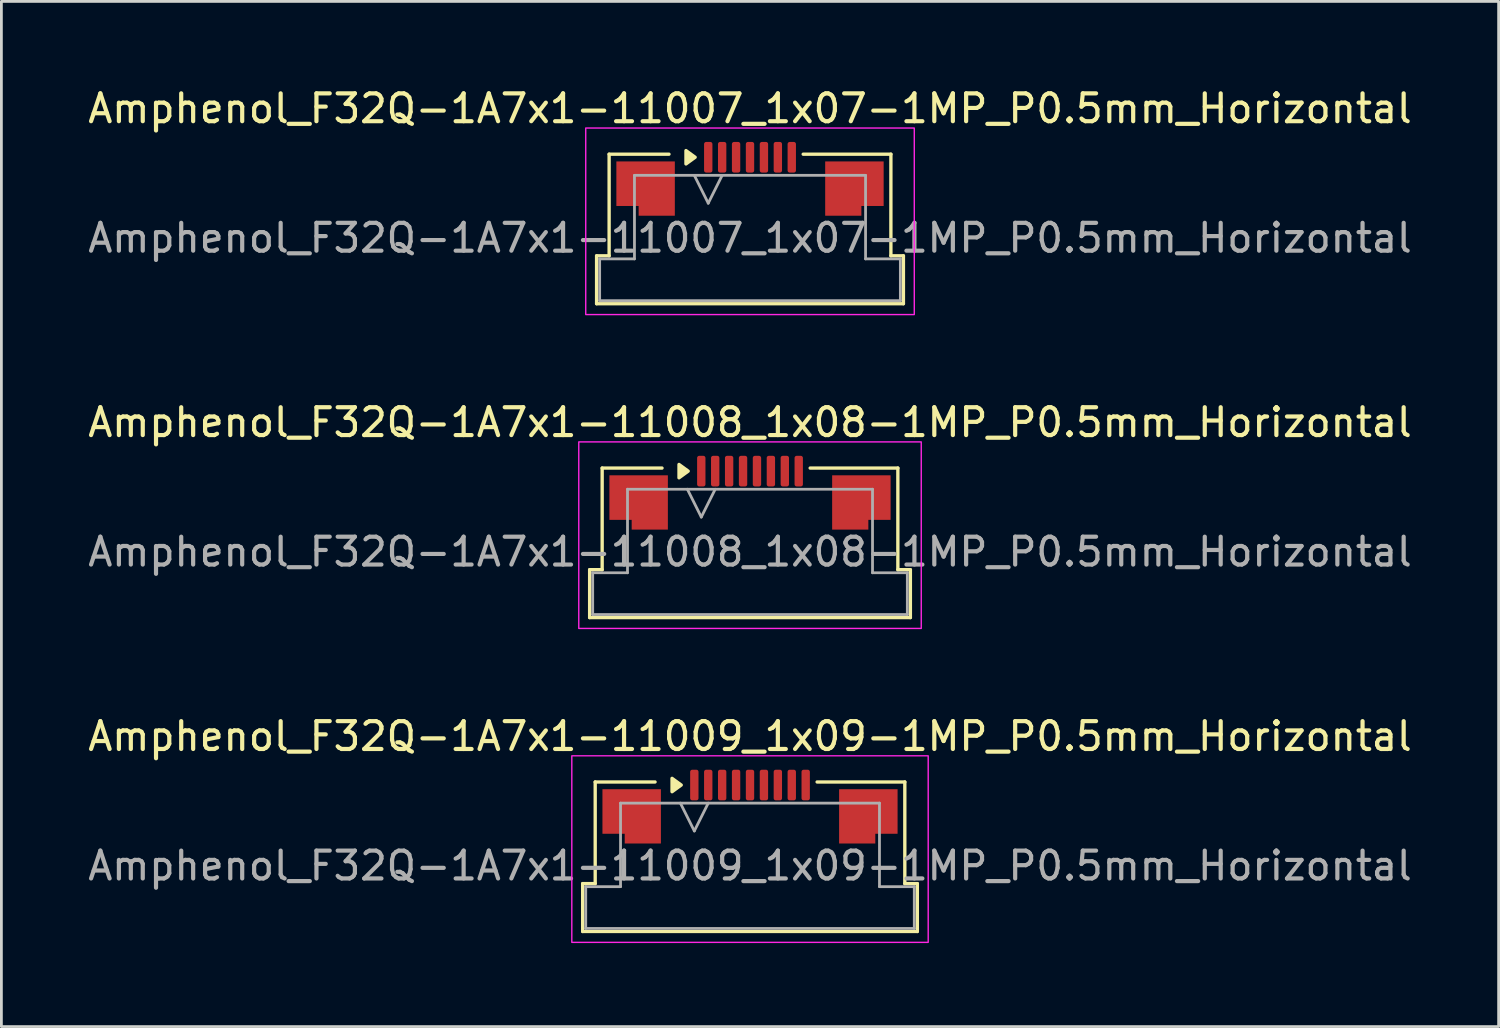
<source format=kicad_pcb>
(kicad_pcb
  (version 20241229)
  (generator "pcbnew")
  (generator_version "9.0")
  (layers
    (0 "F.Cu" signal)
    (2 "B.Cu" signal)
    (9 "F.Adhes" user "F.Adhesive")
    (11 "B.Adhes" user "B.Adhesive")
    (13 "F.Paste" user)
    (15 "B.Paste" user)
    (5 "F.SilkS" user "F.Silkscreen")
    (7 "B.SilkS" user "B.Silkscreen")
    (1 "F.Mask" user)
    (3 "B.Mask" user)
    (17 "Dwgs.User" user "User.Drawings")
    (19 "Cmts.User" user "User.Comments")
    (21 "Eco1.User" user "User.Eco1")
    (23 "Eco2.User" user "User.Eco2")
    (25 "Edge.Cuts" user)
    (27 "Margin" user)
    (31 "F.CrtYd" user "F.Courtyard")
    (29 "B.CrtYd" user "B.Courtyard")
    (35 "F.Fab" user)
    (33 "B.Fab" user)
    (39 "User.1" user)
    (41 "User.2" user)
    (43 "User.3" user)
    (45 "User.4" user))
  (footprint "Amphenol_F32Q-1A7x1-11008_1x08-1MP_P0.5mm_Horizontal"
    (layer "F.Cu")
    (at 23.887 16.771)
    (property "Reference" "Amphenol_F32Q-1A7x1-11008_1x08-1MP_P0.5mm_Horizontal" (at 0 -4.65 0) (layer "F.SilkS") (effects (font (size 1 1) (thickness 0.15))))
    (attr smd)
    (fp_line (start -5.76 0.64) (end -5.31 0.64) (stroke (width 0.12) (type solid)) (layer "F.SilkS"))
    (fp_line (start -5.76 2.36) (end -5.76 0.64) (stroke (width 0.12) (type solid)) (layer "F.SilkS"))
    (fp_line (start -5.31 -3.01) (end -3.16 -3.01) (stroke (width 0.12) (type solid)) (layer "F.SilkS"))
    (fp_line (start -5.31 0.64) (end -5.31 -3.01) (stroke (width 0.12) (type solid)) (layer "F.SilkS"))
    (fp_line (start 2.16 -3.01) (end 5.31 -3.01) (stroke (width 0.12) (type solid)) (layer "F.SilkS"))
    (fp_line (start 5.31 -3.01) (end 5.31 0.64) (stroke (width 0.12) (type solid)) (layer "F.SilkS"))
    (fp_line (start 5.31 0.64) (end 5.76 0.64) (stroke (width 0.12) (type solid)) (layer "F.SilkS"))
    (fp_line (start 5.76 0.64) (end 5.76 2.36) (stroke (width 0.12) (type solid)) (layer "F.SilkS"))
    (fp_line (start 5.76 2.36) (end -5.76 2.36) (stroke (width 0.12) (type solid)) (layer "F.SilkS"))
    (fp_poly (pts (xy -2.22 -2.9) (xy -2.55 -2.66) (xy -2.55 -3.14)) (stroke (width 0.12) (type solid)) (fill yes) (layer "F.SilkS"))
    (fp_rect (start -6.15 -3.95) (end 6.15 2.75) (stroke (width 0.05) (type solid)) (fill no) (layer "F.CrtYd"))
    (fp_line (start -5.65 0.75) (end -4.4 0.75) (stroke (width 0.1) (type solid)) (layer "F.Fab"))
    (fp_line (start -5.65 2.25) (end -5.65 0.75) (stroke (width 0.1) (type solid)) (layer "F.Fab"))
    (fp_line (start -4.4 -2.25) (end 4.4 -2.25) (stroke (width 0.1) (type solid)) (layer "F.Fab"))
    (fp_line (start -4.4 0.75) (end -4.4 -2.25) (stroke (width 0.1) (type solid)) (layer "F.Fab"))
    (fp_line (start -2.25 -2.25) (end -1.75 -1.25) (stroke (width 0.1) (type solid)) (layer "F.Fab"))
    (fp_line (start -1.75 -1.25) (end -1.25 -2.25) (stroke (width 0.1) (type solid)) (layer "F.Fab"))
    (fp_line (start 4.4 -2.25) (end 4.4 0.75) (stroke (width 0.1) (type solid)) (layer "F.Fab"))
    (fp_line (start 4.4 0.75) (end 5.65 0.75) (stroke (width 0.1) (type solid)) (layer "F.Fab"))
    (fp_line (start 5.65 0.75) (end 5.65 2.25) (stroke (width 0.1) (type solid)) (layer "F.Fab"))
    (fp_line (start 5.65 2.25) (end -5.65 2.25) (stroke (width 0.1) (type solid)) (layer "F.Fab"))
    (fp_text user "${REFERENCE}" (at 0 0 0) (layer "F.Fab") (effects (font (size 1 1) (thickness 0.15))))
    (pad "1" smd roundrect (at -1.75 -2.9) (size 0.3 1.1) (layers "F.Cu" "F.Mask" "F.Paste") (roundrect_rratio 0.25))
    (pad "2" smd roundrect (at -1.25 -2.9) (size 0.3 1.1) (layers "F.Cu" "F.Mask" "F.Paste") (roundrect_rratio 0.25))
    (pad "3" smd roundrect (at -0.75 -2.9) (size 0.3 1.1) (layers "F.Cu" "F.Mask" "F.Paste") (roundrect_rratio 0.25))
    (pad "4" smd roundrect (at -0.25 -2.9) (size 0.3 1.1) (layers "F.Cu" "F.Mask" "F.Paste") (roundrect_rratio 0.25))
    (pad "5" smd roundrect (at 0.25 -2.9) (size 0.3 1.1) (layers "F.Cu" "F.Mask" "F.Paste") (roundrect_rratio 0.25))
    (pad "6" smd roundrect (at 0.75 -2.9) (size 0.3 1.1) (layers "F.Cu" "F.Mask" "F.Paste") (roundrect_rratio 0.25))
    (pad "7" smd roundrect (at 1.25 -2.9) (size 0.3 1.1) (layers "F.Cu" "F.Mask" "F.Paste") (roundrect_rratio 0.25))
    (pad "8" smd roundrect (at 1.75 -2.9) (size 0.3 1.1) (layers "F.Cu" "F.Mask" "F.Paste") (roundrect_rratio 0.25))
    (pad "MP" smd custom (at -4 -1.775) (size 1 1) (layers "F.Cu" "F.Mask" "F.Paste") (options (anchor circle)) (primitives (gr_poly (pts (xy 1.05 -0.975) (xy 1.05 0.975) (xy -0.25 0.975) (xy -0.25 0.625) (xy -1.05 0.625) (xy -1.05 -0.975)) (width 0) (fill yes))))
    (pad "MP" smd custom (at 4 -1.775) (size 1 1) (layers "F.Cu" "F.Mask" "F.Paste") (options (anchor circle)) (primitives (gr_poly (pts (xy -1.05 -0.975) (xy -1.05 0.975) (xy 0.25 0.975) (xy 0.25 0.625) (xy 1.05 0.625) (xy 1.05 -0.975)) (width 0) (fill yes)))))
  (footprint "Amphenol_F32Q-1A7x1-11007_1x07-1MP_P0.5mm_Horizontal"
    (layer "F.Cu")
    (at 23.887 5.498)
    (property "Reference" "Amphenol_F32Q-1A7x1-11007_1x07-1MP_P0.5mm_Horizontal" (at 0 -4.65 0) (layer "F.SilkS") (effects (font (size 1 1) (thickness 0.15))))
    (attr smd)
    (fp_line (start -5.51 0.64) (end -5.06 0.64) (stroke (width 0.12) (type solid)) (layer "F.SilkS"))
    (fp_line (start -5.51 2.36) (end -5.51 0.64) (stroke (width 0.12) (type solid)) (layer "F.SilkS"))
    (fp_line (start -5.06 -3.01) (end -2.91 -3.01) (stroke (width 0.12) (type solid)) (layer "F.SilkS"))
    (fp_line (start -5.06 0.64) (end -5.06 -3.01) (stroke (width 0.12) (type solid)) (layer "F.SilkS"))
    (fp_line (start 1.91 -3.01) (end 5.06 -3.01) (stroke (width 0.12) (type solid)) (layer "F.SilkS"))
    (fp_line (start 5.06 -3.01) (end 5.06 0.64) (stroke (width 0.12) (type solid)) (layer "F.SilkS"))
    (fp_line (start 5.06 0.64) (end 5.51 0.64) (stroke (width 0.12) (type solid)) (layer "F.SilkS"))
    (fp_line (start 5.51 0.64) (end 5.51 2.36) (stroke (width 0.12) (type solid)) (layer "F.SilkS"))
    (fp_line (start 5.51 2.36) (end -5.51 2.36) (stroke (width 0.12) (type solid)) (layer "F.SilkS"))
    (fp_poly (pts (xy -1.97 -2.9) (xy -2.3 -2.66) (xy -2.3 -3.14)) (stroke (width 0.12) (type solid)) (fill yes) (layer "F.SilkS"))
    (fp_rect (start -5.9 -3.95) (end 5.9 2.75) (stroke (width 0.05) (type solid)) (fill no) (layer "F.CrtYd"))
    (fp_line (start -5.4 0.75) (end -4.15 0.75) (stroke (width 0.1) (type solid)) (layer "F.Fab"))
    (fp_line (start -5.4 2.25) (end -5.4 0.75) (stroke (width 0.1) (type solid)) (layer "F.Fab"))
    (fp_line (start -4.15 -2.25) (end 4.15 -2.25) (stroke (width 0.1) (type solid)) (layer "F.Fab"))
    (fp_line (start -4.15 0.75) (end -4.15 -2.25) (stroke (width 0.1) (type solid)) (layer "F.Fab"))
    (fp_line (start -2 -2.25) (end -1.5 -1.25) (stroke (width 0.1) (type solid)) (layer "F.Fab"))
    (fp_line (start -1.5 -1.25) (end -1 -2.25) (stroke (width 0.1) (type solid)) (layer "F.Fab"))
    (fp_line (start 4.15 -2.25) (end 4.15 0.75) (stroke (width 0.1) (type solid)) (layer "F.Fab"))
    (fp_line (start 4.15 0.75) (end 5.4 0.75) (stroke (width 0.1) (type solid)) (layer "F.Fab"))
    (fp_line (start 5.4 0.75) (end 5.4 2.25) (stroke (width 0.1) (type solid)) (layer "F.Fab"))
    (fp_line (start 5.4 2.25) (end -5.4 2.25) (stroke (width 0.1) (type solid)) (layer "F.Fab"))
    (fp_text user "${REFERENCE}" (at 0 0 0) (layer "F.Fab") (effects (font (size 1 1) (thickness 0.15))))
    (pad "1" smd roundrect (at -1.5 -2.9) (size 0.3 1.1) (layers "F.Cu" "F.Mask" "F.Paste") (roundrect_rratio 0.25))
    (pad "2" smd roundrect (at -1 -2.9) (size 0.3 1.1) (layers "F.Cu" "F.Mask" "F.Paste") (roundrect_rratio 0.25))
    (pad "3" smd roundrect (at -0.5 -2.9) (size 0.3 1.1) (layers "F.Cu" "F.Mask" "F.Paste") (roundrect_rratio 0.25))
    (pad "4" smd roundrect (at 0 -2.9) (size 0.3 1.1) (layers "F.Cu" "F.Mask" "F.Paste") (roundrect_rratio 0.25))
    (pad "5" smd roundrect (at 0.5 -2.9) (size 0.3 1.1) (layers "F.Cu" "F.Mask" "F.Paste") (roundrect_rratio 0.25))
    (pad "6" smd roundrect (at 1 -2.9) (size 0.3 1.1) (layers "F.Cu" "F.Mask" "F.Paste") (roundrect_rratio 0.25))
    (pad "7" smd roundrect (at 1.5 -2.9) (size 0.3 1.1) (layers "F.Cu" "F.Mask" "F.Paste") (roundrect_rratio 0.25))
    (pad "MP" smd custom (at -3.75 -1.775) (size 1 1) (layers "F.Cu" "F.Mask" "F.Paste") (options (anchor circle)) (primitives (gr_poly (pts (xy 1.05 -0.975) (xy 1.05 0.975) (xy -0.25 0.975) (xy -0.25 0.625) (xy -1.05 0.625) (xy -1.05 -0.975)) (width 0) (fill yes))))
    (pad "MP" smd custom (at 3.75 -1.775) (size 1 1) (layers "F.Cu" "F.Mask" "F.Paste") (options (anchor circle)) (primitives (gr_poly (pts (xy -1.05 -0.975) (xy -1.05 0.975) (xy 0.25 0.975) (xy 0.25 0.625) (xy 1.05 0.625) (xy 1.05 -0.975)) (width 0) (fill yes)))))
  (footprint "Amphenol_F32Q-1A7x1-11009_1x09-1MP_P0.5mm_Horizontal"
    (layer "F.Cu")
    (at 23.887 28.045)
    (property "Reference" "Amphenol_F32Q-1A7x1-11009_1x09-1MP_P0.5mm_Horizontal" (at 0 -4.65 0) (layer "F.SilkS") (effects (font (size 1 1) (thickness 0.15))))
    (attr smd)
    (fp_line (start -6.01 0.64) (end -5.56 0.64) (stroke (width 0.12) (type solid)) (layer "F.SilkS"))
    (fp_line (start -6.01 2.36) (end -6.01 0.64) (stroke (width 0.12) (type solid)) (layer "F.SilkS"))
    (fp_line (start -5.56 -3.01) (end -3.41 -3.01) (stroke (width 0.12) (type solid)) (layer "F.SilkS"))
    (fp_line (start -5.56 0.64) (end -5.56 -3.01) (stroke (width 0.12) (type solid)) (layer "F.SilkS"))
    (fp_line (start 2.41 -3.01) (end 5.56 -3.01) (stroke (width 0.12) (type solid)) (layer "F.SilkS"))
    (fp_line (start 5.56 -3.01) (end 5.56 0.64) (stroke (width 0.12) (type solid)) (layer "F.SilkS"))
    (fp_line (start 5.56 0.64) (end 6.01 0.64) (stroke (width 0.12) (type solid)) (layer "F.SilkS"))
    (fp_line (start 6.01 0.64) (end 6.01 2.36) (stroke (width 0.12) (type solid)) (layer "F.SilkS"))
    (fp_line (start 6.01 2.36) (end -6.01 2.36) (stroke (width 0.12) (type solid)) (layer "F.SilkS"))
    (fp_poly (pts (xy -2.47 -2.9) (xy -2.8 -2.66) (xy -2.8 -3.14)) (stroke (width 0.12) (type solid)) (fill yes) (layer "F.SilkS"))
    (fp_rect (start -6.4 -3.95) (end 6.4 2.75) (stroke (width 0.05) (type solid)) (fill no) (layer "F.CrtYd"))
    (fp_line (start -5.9 0.75) (end -4.65 0.75) (stroke (width 0.1) (type solid)) (layer "F.Fab"))
    (fp_line (start -5.9 2.25) (end -5.9 0.75) (stroke (width 0.1) (type solid)) (layer "F.Fab"))
    (fp_line (start -4.65 -2.25) (end 4.65 -2.25) (stroke (width 0.1) (type solid)) (layer "F.Fab"))
    (fp_line (start -4.65 0.75) (end -4.65 -2.25) (stroke (width 0.1) (type solid)) (layer "F.Fab"))
    (fp_line (start -2.5 -2.25) (end -2 -1.25) (stroke (width 0.1) (type solid)) (layer "F.Fab"))
    (fp_line (start -2 -1.25) (end -1.5 -2.25) (stroke (width 0.1) (type solid)) (layer "F.Fab"))
    (fp_line (start 4.65 -2.25) (end 4.65 0.75) (stroke (width 0.1) (type solid)) (layer "F.Fab"))
    (fp_line (start 4.65 0.75) (end 5.9 0.75) (stroke (width 0.1) (type solid)) (layer "F.Fab"))
    (fp_line (start 5.9 0.75) (end 5.9 2.25) (stroke (width 0.1) (type solid)) (layer "F.Fab"))
    (fp_line (start 5.9 2.25) (end -5.9 2.25) (stroke (width 0.1) (type solid)) (layer "F.Fab"))
    (fp_text user "${REFERENCE}" (at 0 0 0) (layer "F.Fab") (effects (font (size 1 1) (thickness 0.15))))
    (pad "1" smd roundrect (at -2 -2.9) (size 0.3 1.1) (layers "F.Cu" "F.Mask" "F.Paste") (roundrect_rratio 0.25))
    (pad "2" smd roundrect (at -1.5 -2.9) (size 0.3 1.1) (layers "F.Cu" "F.Mask" "F.Paste") (roundrect_rratio 0.25))
    (pad "3" smd roundrect (at -1 -2.9) (size 0.3 1.1) (layers "F.Cu" "F.Mask" "F.Paste") (roundrect_rratio 0.25))
    (pad "4" smd roundrect (at -0.5 -2.9) (size 0.3 1.1) (layers "F.Cu" "F.Mask" "F.Paste") (roundrect_rratio 0.25))
    (pad "5" smd roundrect (at 0 -2.9) (size 0.3 1.1) (layers "F.Cu" "F.Mask" "F.Paste") (roundrect_rratio 0.25))
    (pad "6" smd roundrect (at 0.5 -2.9) (size 0.3 1.1) (layers "F.Cu" "F.Mask" "F.Paste") (roundrect_rratio 0.25))
    (pad "7" smd roundrect (at 1 -2.9) (size 0.3 1.1) (layers "F.Cu" "F.Mask" "F.Paste") (roundrect_rratio 0.25))
    (pad "8" smd roundrect (at 1.5 -2.9) (size 0.3 1.1) (layers "F.Cu" "F.Mask" "F.Paste") (roundrect_rratio 0.25))
    (pad "9" smd roundrect (at 2 -2.9) (size 0.3 1.1) (layers "F.Cu" "F.Mask" "F.Paste") (roundrect_rratio 0.25))
    (pad "MP" smd custom (at -4.25 -1.775) (size 1 1) (layers "F.Cu" "F.Mask" "F.Paste") (options (anchor circle)) (primitives (gr_poly (pts (xy 1.05 -0.975) (xy 1.05 0.975) (xy -0.25 0.975) (xy -0.25 0.625) (xy -1.05 0.625) (xy -1.05 -0.975)) (width 0) (fill yes))))
    (pad "MP" smd custom (at 4.25 -1.775) (size 1 1) (layers "F.Cu" "F.Mask" "F.Paste") (options (anchor circle)) (primitives (gr_poly (pts (xy -1.05 -0.975) (xy -1.05 0.975) (xy 0.25 0.975) (xy 0.25 0.625) (xy 1.05 0.625) (xy 1.05 -0.975)) (width 0) (fill yes)))))
  (gr_rect
    (start -3 -3)
    (end 50.774 33.82)
    (stroke (width 0.1) (type default))
    (fill no)
    (layer "Edge.Cuts")))
</source>
